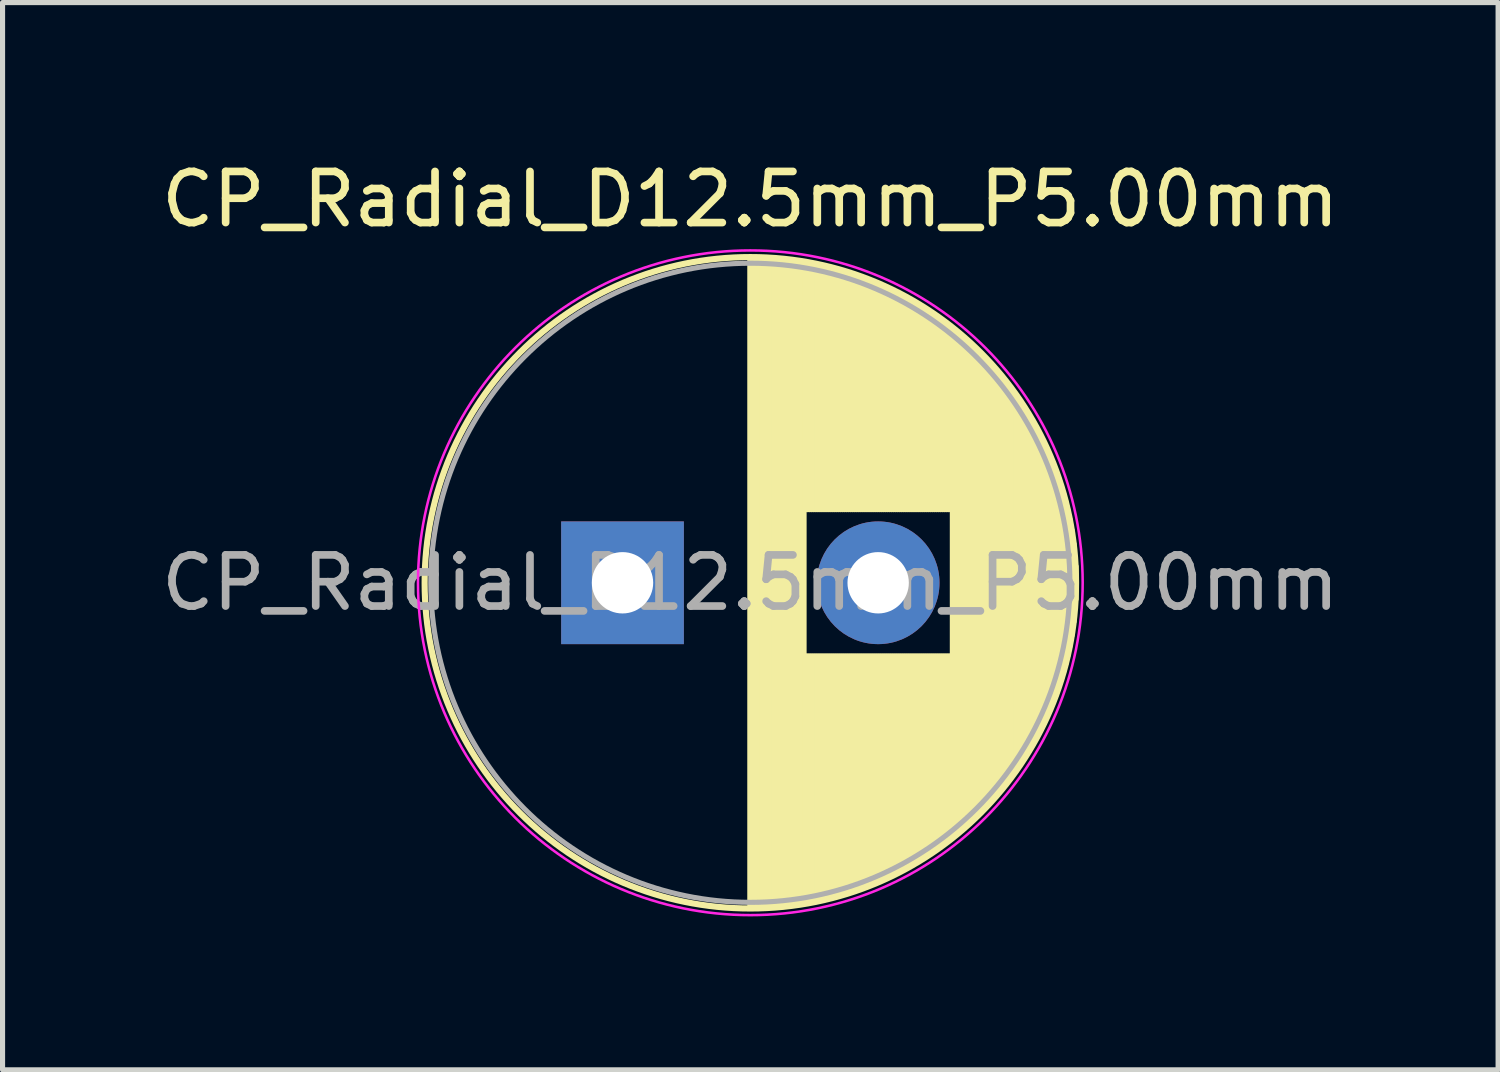
<source format=kicad_pcb>
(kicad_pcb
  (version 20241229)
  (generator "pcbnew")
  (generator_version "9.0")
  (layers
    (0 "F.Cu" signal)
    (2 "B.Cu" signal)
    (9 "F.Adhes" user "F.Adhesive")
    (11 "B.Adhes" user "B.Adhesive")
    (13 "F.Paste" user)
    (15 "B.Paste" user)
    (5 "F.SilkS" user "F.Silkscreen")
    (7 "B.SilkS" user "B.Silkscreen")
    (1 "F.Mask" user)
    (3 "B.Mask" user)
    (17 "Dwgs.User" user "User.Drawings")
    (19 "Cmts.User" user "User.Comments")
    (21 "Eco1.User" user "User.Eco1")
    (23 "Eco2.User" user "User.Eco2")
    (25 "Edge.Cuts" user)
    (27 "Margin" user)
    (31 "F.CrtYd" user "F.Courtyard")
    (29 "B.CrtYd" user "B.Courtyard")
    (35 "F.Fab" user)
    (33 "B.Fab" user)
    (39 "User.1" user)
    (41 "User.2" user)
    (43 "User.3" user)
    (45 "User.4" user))
  (footprint "CP_Radial_D12.5mm_P5.00mm"
    (layer "F.Cu")
    (at 9.125 8.348)
    (property "Reference" "CP_Radial_D12.5mm_P5.00mm" (at 2.5 -7.5 0) (layer "F.SilkS") (effects (font (size 1 1) (thickness 0.15))))
    (attr through_hole)
    (fp_line (start 2.5 -6.33) (end 2.5 6.33) (stroke (width 0.12) (type solid)) (layer "F.SilkS"))
    (fp_line (start 2.54 -6.33) (end 2.54 6.33) (stroke (width 0.12) (type solid)) (layer "F.SilkS"))
    (fp_line (start 2.58 -6.33) (end 2.58 6.33) (stroke (width 0.12) (type solid)) (layer "F.SilkS"))
    (fp_line (start 2.62 -6.329) (end 2.62 6.329) (stroke (width 0.12) (type solid)) (layer "F.SilkS"))
    (fp_line (start 2.66 -6.328) (end 2.66 6.328) (stroke (width 0.12) (type solid)) (layer "F.SilkS"))
    (fp_line (start 2.7 -6.327) (end 2.7 6.327) (stroke (width 0.12) (type solid)) (layer "F.SilkS"))
    (fp_line (start 2.74 -6.326) (end 2.74 6.326) (stroke (width 0.12) (type solid)) (layer "F.SilkS"))
    (fp_line (start 2.78 -6.324) (end 2.78 6.324) (stroke (width 0.12) (type solid)) (layer "F.SilkS"))
    (fp_line (start 2.82 -6.322) (end 2.82 6.322) (stroke (width 0.12) (type solid)) (layer "F.SilkS"))
    (fp_line (start 2.86 -6.32) (end 2.86 6.32) (stroke (width 0.12) (type solid)) (layer "F.SilkS"))
    (fp_line (start 2.9 -6.318) (end 2.9 6.318) (stroke (width 0.12) (type solid)) (layer "F.SilkS"))
    (fp_line (start 2.94 -6.315) (end 2.94 6.315) (stroke (width 0.12) (type solid)) (layer "F.SilkS"))
    (fp_line (start 2.98 -6.312) (end 2.98 6.312) (stroke (width 0.12) (type solid)) (layer "F.SilkS"))
    (fp_line (start 3.02 -6.309) (end 3.02 6.309) (stroke (width 0.12) (type solid)) (layer "F.SilkS"))
    (fp_line (start 3.06 -6.306) (end 3.06 6.306) (stroke (width 0.12) (type solid)) (layer "F.SilkS"))
    (fp_line (start 3.1 -6.302) (end 3.1 6.302) (stroke (width 0.12) (type solid)) (layer "F.SilkS"))
    (fp_line (start 3.14 -6.298) (end 3.14 6.298) (stroke (width 0.12) (type solid)) (layer "F.SilkS"))
    (fp_line (start 3.18 -6.294) (end 3.18 6.294) (stroke (width 0.12) (type solid)) (layer "F.SilkS"))
    (fp_line (start 3.221 -6.29) (end 3.221 6.29) (stroke (width 0.12) (type solid)) (layer "F.SilkS"))
    (fp_line (start 3.261 -6.285) (end 3.261 6.285) (stroke (width 0.12) (type solid)) (layer "F.SilkS"))
    (fp_line (start 3.301 -6.28) (end 3.301 6.28) (stroke (width 0.12) (type solid)) (layer "F.SilkS"))
    (fp_line (start 3.341 -6.275) (end 3.341 6.275) (stroke (width 0.12) (type solid)) (layer "F.SilkS"))
    (fp_line (start 3.381 -6.269) (end 3.381 6.269) (stroke (width 0.12) (type solid)) (layer "F.SilkS"))
    (fp_line (start 3.421 -6.264) (end 3.421 6.264) (stroke (width 0.12) (type solid)) (layer "F.SilkS"))
    (fp_line (start 3.461 -6.258) (end 3.461 6.258) (stroke (width 0.12) (type solid)) (layer "F.SilkS"))
    (fp_line (start 3.501 -6.252) (end 3.501 6.252) (stroke (width 0.12) (type solid)) (layer "F.SilkS"))
    (fp_line (start 3.541 -6.245) (end 3.541 6.245) (stroke (width 0.12) (type solid)) (layer "F.SilkS"))
    (fp_line (start 3.581 -6.238) (end 3.581 -1.44) (stroke (width 0.12) (type solid)) (layer "F.SilkS"))
    (fp_line (start 3.581 1.44) (end 3.581 6.238) (stroke (width 0.12) (type solid)) (layer "F.SilkS"))
    (fp_line (start 3.621 -6.231) (end 3.621 -1.44) (stroke (width 0.12) (type solid)) (layer "F.SilkS"))
    (fp_line (start 3.621 1.44) (end 3.621 6.231) (stroke (width 0.12) (type solid)) (layer "F.SilkS"))
    (fp_line (start 3.661 -6.224) (end 3.661 -1.44) (stroke (width 0.12) (type solid)) (layer "F.SilkS"))
    (fp_line (start 3.661 1.44) (end 3.661 6.224) (stroke (width 0.12) (type solid)) (layer "F.SilkS"))
    (fp_line (start 3.701 -6.216) (end 3.701 -1.44) (stroke (width 0.12) (type solid)) (layer "F.SilkS"))
    (fp_line (start 3.701 1.44) (end 3.701 6.216) (stroke (width 0.12) (type solid)) (layer "F.SilkS"))
    (fp_line (start 3.741 -6.209) (end 3.741 -1.44) (stroke (width 0.12) (type solid)) (layer "F.SilkS"))
    (fp_line (start 3.741 1.44) (end 3.741 6.209) (stroke (width 0.12) (type solid)) (layer "F.SilkS"))
    (fp_line (start 3.781 -6.201) (end 3.781 -1.44) (stroke (width 0.12) (type solid)) (layer "F.SilkS"))
    (fp_line (start 3.781 1.44) (end 3.781 6.201) (stroke (width 0.12) (type solid)) (layer "F.SilkS"))
    (fp_line (start 3.821 -6.192) (end 3.821 -1.44) (stroke (width 0.12) (type solid)) (layer "F.SilkS"))
    (fp_line (start 3.821 1.44) (end 3.821 6.192) (stroke (width 0.12) (type solid)) (layer "F.SilkS"))
    (fp_line (start 3.861 -6.184) (end 3.861 -1.44) (stroke (width 0.12) (type solid)) (layer "F.SilkS"))
    (fp_line (start 3.861 1.44) (end 3.861 6.184) (stroke (width 0.12) (type solid)) (layer "F.SilkS"))
    (fp_line (start 3.901 -6.175) (end 3.901 -1.44) (stroke (width 0.12) (type solid)) (layer "F.SilkS"))
    (fp_line (start 3.901 1.44) (end 3.901 6.175) (stroke (width 0.12) (type solid)) (layer "F.SilkS"))
    (fp_line (start 3.941 -6.166) (end 3.941 -1.44) (stroke (width 0.12) (type solid)) (layer "F.SilkS"))
    (fp_line (start 3.941 1.44) (end 3.941 6.166) (stroke (width 0.12) (type solid)) (layer "F.SilkS"))
    (fp_line (start 3.981 -6.156) (end 3.981 -1.44) (stroke (width 0.12) (type solid)) (layer "F.SilkS"))
    (fp_line (start 3.981 1.44) (end 3.981 6.156) (stroke (width 0.12) (type solid)) (layer "F.SilkS"))
    (fp_line (start 4.021 -6.146) (end 4.021 -1.44) (stroke (width 0.12) (type solid)) (layer "F.SilkS"))
    (fp_line (start 4.021 1.44) (end 4.021 6.146) (stroke (width 0.12) (type solid)) (layer "F.SilkS"))
    (fp_line (start 4.061 -6.137) (end 4.061 -1.44) (stroke (width 0.12) (type solid)) (layer "F.SilkS"))
    (fp_line (start 4.061 1.44) (end 4.061 6.137) (stroke (width 0.12) (type solid)) (layer "F.SilkS"))
    (fp_line (start 4.101 -6.126) (end 4.101 -1.44) (stroke (width 0.12) (type solid)) (layer "F.SilkS"))
    (fp_line (start 4.101 1.44) (end 4.101 6.126) (stroke (width 0.12) (type solid)) (layer "F.SilkS"))
    (fp_line (start 4.141 -6.116) (end 4.141 -1.44) (stroke (width 0.12) (type solid)) (layer "F.SilkS"))
    (fp_line (start 4.141 1.44) (end 4.141 6.116) (stroke (width 0.12) (type solid)) (layer "F.SilkS"))
    (fp_line (start 4.181 -6.105) (end 4.181 -1.44) (stroke (width 0.12) (type solid)) (layer "F.SilkS"))
    (fp_line (start 4.181 1.44) (end 4.181 6.105) (stroke (width 0.12) (type solid)) (layer "F.SilkS"))
    (fp_line (start 4.221 -6.094) (end 4.221 -1.44) (stroke (width 0.12) (type solid)) (layer "F.SilkS"))
    (fp_line (start 4.221 1.44) (end 4.221 6.094) (stroke (width 0.12) (type solid)) (layer "F.SilkS"))
    (fp_line (start 4.261 -6.083) (end 4.261 -1.44) (stroke (width 0.12) (type solid)) (layer "F.SilkS"))
    (fp_line (start 4.261 1.44) (end 4.261 6.083) (stroke (width 0.12) (type solid)) (layer "F.SilkS"))
    (fp_line (start 4.301 -6.071) (end 4.301 -1.44) (stroke (width 0.12) (type solid)) (layer "F.SilkS"))
    (fp_line (start 4.301 1.44) (end 4.301 6.071) (stroke (width 0.12) (type solid)) (layer "F.SilkS"))
    (fp_line (start 4.341 -6.059) (end 4.341 -1.44) (stroke (width 0.12) (type solid)) (layer "F.SilkS"))
    (fp_line (start 4.341 1.44) (end 4.341 6.059) (stroke (width 0.12) (type solid)) (layer "F.SilkS"))
    (fp_line (start 4.381 -6.047) (end 4.381 -1.44) (stroke (width 0.12) (type solid)) (layer "F.SilkS"))
    (fp_line (start 4.381 1.44) (end 4.381 6.047) (stroke (width 0.12) (type solid)) (layer "F.SilkS"))
    (fp_line (start 4.421 -6.034) (end 4.421 -1.44) (stroke (width 0.12) (type solid)) (layer "F.SilkS"))
    (fp_line (start 4.421 1.44) (end 4.421 6.034) (stroke (width 0.12) (type solid)) (layer "F.SilkS"))
    (fp_line (start 4.461 -6.021) (end 4.461 -1.44) (stroke (width 0.12) (type solid)) (layer "F.SilkS"))
    (fp_line (start 4.461 1.44) (end 4.461 6.021) (stroke (width 0.12) (type solid)) (layer "F.SilkS"))
    (fp_line (start 4.501 -6.008) (end 4.501 -1.44) (stroke (width 0.12) (type solid)) (layer "F.SilkS"))
    (fp_line (start 4.501 1.44) (end 4.501 6.008) (stroke (width 0.12) (type solid)) (layer "F.SilkS"))
    (fp_line (start 4.541 -5.995) (end 4.541 -1.44) (stroke (width 0.12) (type solid)) (layer "F.SilkS"))
    (fp_line (start 4.541 1.44) (end 4.541 5.995) (stroke (width 0.12) (type solid)) (layer "F.SilkS"))
    (fp_line (start 4.581 -5.981) (end 4.581 -1.44) (stroke (width 0.12) (type solid)) (layer "F.SilkS"))
    (fp_line (start 4.581 1.44) (end 4.581 5.981) (stroke (width 0.12) (type solid)) (layer "F.SilkS"))
    (fp_line (start 4.621 -5.967) (end 4.621 -1.44) (stroke (width 0.12) (type solid)) (layer "F.SilkS"))
    (fp_line (start 4.621 1.44) (end 4.621 5.967) (stroke (width 0.12) (type solid)) (layer "F.SilkS"))
    (fp_line (start 4.661 -5.953) (end 4.661 -1.44) (stroke (width 0.12) (type solid)) (layer "F.SilkS"))
    (fp_line (start 4.661 1.44) (end 4.661 5.953) (stroke (width 0.12) (type solid)) (layer "F.SilkS"))
    (fp_line (start 4.701 -5.939) (end 4.701 -1.44) (stroke (width 0.12) (type solid)) (layer "F.SilkS"))
    (fp_line (start 4.701 1.44) (end 4.701 5.939) (stroke (width 0.12) (type solid)) (layer "F.SilkS"))
    (fp_line (start 4.741 -5.924) (end 4.741 -1.44) (stroke (width 0.12) (type solid)) (layer "F.SilkS"))
    (fp_line (start 4.741 1.44) (end 4.741 5.924) (stroke (width 0.12) (type solid)) (layer "F.SilkS"))
    (fp_line (start 4.781 -5.908) (end 4.781 -1.44) (stroke (width 0.12) (type solid)) (layer "F.SilkS"))
    (fp_line (start 4.781 1.44) (end 4.781 5.908) (stroke (width 0.12) (type solid)) (layer "F.SilkS"))
    (fp_line (start 4.821 -5.893) (end 4.821 -1.44) (stroke (width 0.12) (type solid)) (layer "F.SilkS"))
    (fp_line (start 4.821 1.44) (end 4.821 5.893) (stroke (width 0.12) (type solid)) (layer "F.SilkS"))
    (fp_line (start 4.861 -5.877) (end 4.861 -1.44) (stroke (width 0.12) (type solid)) (layer "F.SilkS"))
    (fp_line (start 4.861 1.44) (end 4.861 5.877) (stroke (width 0.12) (type solid)) (layer "F.SilkS"))
    (fp_line (start 4.901 -5.861) (end 4.901 -1.44) (stroke (width 0.12) (type solid)) (layer "F.SilkS"))
    (fp_line (start 4.901 1.44) (end 4.901 5.861) (stroke (width 0.12) (type solid)) (layer "F.SilkS"))
    (fp_line (start 4.941 -5.845) (end 4.941 -1.44) (stroke (width 0.12) (type solid)) (layer "F.SilkS"))
    (fp_line (start 4.941 1.44) (end 4.941 5.845) (stroke (width 0.12) (type solid)) (layer "F.SilkS"))
    (fp_line (start 4.981 -5.828) (end 4.981 -1.44) (stroke (width 0.12) (type solid)) (layer "F.SilkS"))
    (fp_line (start 4.981 1.44) (end 4.981 5.828) (stroke (width 0.12) (type solid)) (layer "F.SilkS"))
    (fp_line (start 5.021 -5.811) (end 5.021 -1.44) (stroke (width 0.12) (type solid)) (layer "F.SilkS"))
    (fp_line (start 5.021 1.44) (end 5.021 5.811) (stroke (width 0.12) (type solid)) (layer "F.SilkS"))
    (fp_line (start 5.061 -5.793) (end 5.061 -1.44) (stroke (width 0.12) (type solid)) (layer "F.SilkS"))
    (fp_line (start 5.061 1.44) (end 5.061 5.793) (stroke (width 0.12) (type solid)) (layer "F.SilkS"))
    (fp_line (start 5.101 -5.776) (end 5.101 -1.44) (stroke (width 0.12) (type solid)) (layer "F.SilkS"))
    (fp_line (start 5.101 1.44) (end 5.101 5.776) (stroke (width 0.12) (type solid)) (layer "F.SilkS"))
    (fp_line (start 5.141 -5.758) (end 5.141 -1.44) (stroke (width 0.12) (type solid)) (layer "F.SilkS"))
    (fp_line (start 5.141 1.44) (end 5.141 5.758) (stroke (width 0.12) (type solid)) (layer "F.SilkS"))
    (fp_line (start 5.181 -5.739) (end 5.181 -1.44) (stroke (width 0.12) (type solid)) (layer "F.SilkS"))
    (fp_line (start 5.181 1.44) (end 5.181 5.739) (stroke (width 0.12) (type solid)) (layer "F.SilkS"))
    (fp_line (start 5.221 -5.721) (end 5.221 -1.44) (stroke (width 0.12) (type solid)) (layer "F.SilkS"))
    (fp_line (start 5.221 1.44) (end 5.221 5.721) (stroke (width 0.12) (type solid)) (layer "F.SilkS"))
    (fp_line (start 5.261 -5.702) (end 5.261 -1.44) (stroke (width 0.12) (type solid)) (layer "F.SilkS"))
    (fp_line (start 5.261 1.44) (end 5.261 5.702) (stroke (width 0.12) (type solid)) (layer "F.SilkS"))
    (fp_line (start 5.301 -5.682) (end 5.301 -1.44) (stroke (width 0.12) (type solid)) (layer "F.SilkS"))
    (fp_line (start 5.301 1.44) (end 5.301 5.682) (stroke (width 0.12) (type solid)) (layer "F.SilkS"))
    (fp_line (start 5.341 -5.662) (end 5.341 -1.44) (stroke (width 0.12) (type solid)) (layer "F.SilkS"))
    (fp_line (start 5.341 1.44) (end 5.341 5.662) (stroke (width 0.12) (type solid)) (layer "F.SilkS"))
    (fp_line (start 5.381 -5.642) (end 5.381 -1.44) (stroke (width 0.12) (type solid)) (layer "F.SilkS"))
    (fp_line (start 5.381 1.44) (end 5.381 5.642) (stroke (width 0.12) (type solid)) (layer "F.SilkS"))
    (fp_line (start 5.421 -5.622) (end 5.421 -1.44) (stroke (width 0.12) (type solid)) (layer "F.SilkS"))
    (fp_line (start 5.421 1.44) (end 5.421 5.622) (stroke (width 0.12) (type solid)) (layer "F.SilkS"))
    (fp_line (start 5.461 -5.601) (end 5.461 -1.44) (stroke (width 0.12) (type solid)) (layer "F.SilkS"))
    (fp_line (start 5.461 1.44) (end 5.461 5.601) (stroke (width 0.12) (type solid)) (layer "F.SilkS"))
    (fp_line (start 5.501 -5.58) (end 5.501 -1.44) (stroke (width 0.12) (type solid)) (layer "F.SilkS"))
    (fp_line (start 5.501 1.44) (end 5.501 5.58) (stroke (width 0.12) (type solid)) (layer "F.SilkS"))
    (fp_line (start 5.541 -5.558) (end 5.541 -1.44) (stroke (width 0.12) (type solid)) (layer "F.SilkS"))
    (fp_line (start 5.541 1.44) (end 5.541 5.558) (stroke (width 0.12) (type solid)) (layer "F.SilkS"))
    (fp_line (start 5.581 -5.536) (end 5.581 -1.44) (stroke (width 0.12) (type solid)) (layer "F.SilkS"))
    (fp_line (start 5.581 1.44) (end 5.581 5.536) (stroke (width 0.12) (type solid)) (layer "F.SilkS"))
    (fp_line (start 5.621 -5.514) (end 5.621 -1.44) (stroke (width 0.12) (type solid)) (layer "F.SilkS"))
    (fp_line (start 5.621 1.44) (end 5.621 5.514) (stroke (width 0.12) (type solid)) (layer "F.SilkS"))
    (fp_line (start 5.661 -5.491) (end 5.661 -1.44) (stroke (width 0.12) (type solid)) (layer "F.SilkS"))
    (fp_line (start 5.661 1.44) (end 5.661 5.491) (stroke (width 0.12) (type solid)) (layer "F.SilkS"))
    (fp_line (start 5.701 -5.468) (end 5.701 -1.44) (stroke (width 0.12) (type solid)) (layer "F.SilkS"))
    (fp_line (start 5.701 1.44) (end 5.701 5.468) (stroke (width 0.12) (type solid)) (layer "F.SilkS"))
    (fp_line (start 5.741 -5.445) (end 5.741 -1.44) (stroke (width 0.12) (type solid)) (layer "F.SilkS"))
    (fp_line (start 5.741 1.44) (end 5.741 5.445) (stroke (width 0.12) (type solid)) (layer "F.SilkS"))
    (fp_line (start 5.781 -5.421) (end 5.781 -1.44) (stroke (width 0.12) (type solid)) (layer "F.SilkS"))
    (fp_line (start 5.781 1.44) (end 5.781 5.421) (stroke (width 0.12) (type solid)) (layer "F.SilkS"))
    (fp_line (start 5.821 -5.397) (end 5.821 -1.44) (stroke (width 0.12) (type solid)) (layer "F.SilkS"))
    (fp_line (start 5.821 1.44) (end 5.821 5.397) (stroke (width 0.12) (type solid)) (layer "F.SilkS"))
    (fp_line (start 5.861 -5.372) (end 5.861 -1.44) (stroke (width 0.12) (type solid)) (layer "F.SilkS"))
    (fp_line (start 5.861 1.44) (end 5.861 5.372) (stroke (width 0.12) (type solid)) (layer "F.SilkS"))
    (fp_line (start 5.901 -5.347) (end 5.901 -1.44) (stroke (width 0.12) (type solid)) (layer "F.SilkS"))
    (fp_line (start 5.901 1.44) (end 5.901 5.347) (stroke (width 0.12) (type solid)) (layer "F.SilkS"))
    (fp_line (start 5.941 -5.322) (end 5.941 -1.44) (stroke (width 0.12) (type solid)) (layer "F.SilkS"))
    (fp_line (start 5.941 1.44) (end 5.941 5.322) (stroke (width 0.12) (type solid)) (layer "F.SilkS"))
    (fp_line (start 5.981 -5.296) (end 5.981 -1.44) (stroke (width 0.12) (type solid)) (layer "F.SilkS"))
    (fp_line (start 5.981 1.44) (end 5.981 5.296) (stroke (width 0.12) (type solid)) (layer "F.SilkS"))
    (fp_line (start 6.021 -5.27) (end 6.021 -1.44) (stroke (width 0.12) (type solid)) (layer "F.SilkS"))
    (fp_line (start 6.021 1.44) (end 6.021 5.27) (stroke (width 0.12) (type solid)) (layer "F.SilkS"))
    (fp_line (start 6.061 -5.243) (end 6.061 -1.44) (stroke (width 0.12) (type solid)) (layer "F.SilkS"))
    (fp_line (start 6.061 1.44) (end 6.061 5.243) (stroke (width 0.12) (type solid)) (layer "F.SilkS"))
    (fp_line (start 6.101 -5.216) (end 6.101 -1.44) (stroke (width 0.12) (type solid)) (layer "F.SilkS"))
    (fp_line (start 6.101 1.44) (end 6.101 5.216) (stroke (width 0.12) (type solid)) (layer "F.SilkS"))
    (fp_line (start 6.141 -5.188) (end 6.141 -1.44) (stroke (width 0.12) (type solid)) (layer "F.SilkS"))
    (fp_line (start 6.141 1.44) (end 6.141 5.188) (stroke (width 0.12) (type solid)) (layer "F.SilkS"))
    (fp_line (start 6.181 -5.16) (end 6.181 -1.44) (stroke (width 0.12) (type solid)) (layer "F.SilkS"))
    (fp_line (start 6.181 1.44) (end 6.181 5.16) (stroke (width 0.12) (type solid)) (layer "F.SilkS"))
    (fp_line (start 6.221 -5.131) (end 6.221 -1.44) (stroke (width 0.12) (type solid)) (layer "F.SilkS"))
    (fp_line (start 6.221 1.44) (end 6.221 5.131) (stroke (width 0.12) (type solid)) (layer "F.SilkS"))
    (fp_line (start 6.261 -5.102) (end 6.261 -1.44) (stroke (width 0.12) (type solid)) (layer "F.SilkS"))
    (fp_line (start 6.261 1.44) (end 6.261 5.102) (stroke (width 0.12) (type solid)) (layer "F.SilkS"))
    (fp_line (start 6.301 -5.073) (end 6.301 -1.44) (stroke (width 0.12) (type solid)) (layer "F.SilkS"))
    (fp_line (start 6.301 1.44) (end 6.301 5.073) (stroke (width 0.12) (type solid)) (layer "F.SilkS"))
    (fp_line (start 6.341 -5.043) (end 6.341 -1.44) (stroke (width 0.12) (type solid)) (layer "F.SilkS"))
    (fp_line (start 6.341 1.44) (end 6.341 5.043) (stroke (width 0.12) (type solid)) (layer "F.SilkS"))
    (fp_line (start 6.381 -5.012) (end 6.381 -1.44) (stroke (width 0.12) (type solid)) (layer "F.SilkS"))
    (fp_line (start 6.381 1.44) (end 6.381 5.012) (stroke (width 0.12) (type solid)) (layer "F.SilkS"))
    (fp_line (start 6.421 -4.982) (end 6.421 -1.44) (stroke (width 0.12) (type solid)) (layer "F.SilkS"))
    (fp_line (start 6.421 1.44) (end 6.421 4.982) (stroke (width 0.12) (type solid)) (layer "F.SilkS"))
    (fp_line (start 6.461 -4.95) (end 6.461 4.95) (stroke (width 0.12) (type solid)) (layer "F.SilkS"))
    (fp_line (start 6.501 -4.918) (end 6.501 4.918) (stroke (width 0.12) (type solid)) (layer "F.SilkS"))
    (fp_line (start 6.541 -4.885) (end 6.541 4.885) (stroke (width 0.12) (type solid)) (layer "F.SilkS"))
    (fp_line (start 6.581 -4.852) (end 6.581 4.852) (stroke (width 0.12) (type solid)) (layer "F.SilkS"))
    (fp_line (start 6.621 -4.819) (end 6.621 4.819) (stroke (width 0.12) (type solid)) (layer "F.SilkS"))
    (fp_line (start 6.661 -4.785) (end 6.661 4.785) (stroke (width 0.12) (type solid)) (layer "F.SilkS"))
    (fp_line (start 6.701 -4.75) (end 6.701 4.75) (stroke (width 0.12) (type solid)) (layer "F.SilkS"))
    (fp_line (start 6.741 -4.714) (end 6.741 4.714) (stroke (width 0.12) (type solid)) (layer "F.SilkS"))
    (fp_line (start 6.781 -4.678) (end 6.781 4.678) (stroke (width 0.12) (type solid)) (layer "F.SilkS"))
    (fp_line (start 6.821 -4.642) (end 6.821 4.642) (stroke (width 0.12) (type solid)) (layer "F.SilkS"))
    (fp_line (start 6.861 -4.605) (end 6.861 4.605) (stroke (width 0.12) (type solid)) (layer "F.SilkS"))
    (fp_line (start 6.901 -4.567) (end 6.901 4.567) (stroke (width 0.12) (type solid)) (layer "F.SilkS"))
    (fp_line (start 6.941 -4.528) (end 6.941 4.528) (stroke (width 0.12) (type solid)) (layer "F.SilkS"))
    (fp_line (start 6.981 -4.489) (end 6.981 4.489) (stroke (width 0.12) (type solid)) (layer "F.SilkS"))
    (fp_line (start 7.021 -4.449) (end 7.021 4.449) (stroke (width 0.12) (type solid)) (layer "F.SilkS"))
    (fp_line (start 7.061 -4.408) (end 7.061 4.408) (stroke (width 0.12) (type solid)) (layer "F.SilkS"))
    (fp_line (start 7.101 -4.367) (end 7.101 4.367) (stroke (width 0.12) (type solid)) (layer "F.SilkS"))
    (fp_line (start 7.141 -4.325) (end 7.141 4.325) (stroke (width 0.12) (type solid)) (layer "F.SilkS"))
    (fp_line (start 7.181 -4.282) (end 7.181 4.282) (stroke (width 0.12) (type solid)) (layer "F.SilkS"))
    (fp_line (start 7.221 -4.238) (end 7.221 4.238) (stroke (width 0.12) (type solid)) (layer "F.SilkS"))
    (fp_line (start 7.261 -4.194) (end 7.261 4.194) (stroke (width 0.12) (type solid)) (layer "F.SilkS"))
    (fp_line (start 7.301 -4.148) (end 7.301 4.148) (stroke (width 0.12) (type solid)) (layer "F.SilkS"))
    (fp_line (start 7.341 -4.102) (end 7.341 4.102) (stroke (width 0.12) (type solid)) (layer "F.SilkS"))
    (fp_line (start 7.381 -4.055) (end 7.381 4.055) (stroke (width 0.12) (type solid)) (layer "F.SilkS"))
    (fp_line (start 7.421 -4.007) (end 7.421 4.007) (stroke (width 0.12) (type solid)) (layer "F.SilkS"))
    (fp_line (start 7.461 -3.957) (end 7.461 3.957) (stroke (width 0.12) (type solid)) (layer "F.SilkS"))
    (fp_line (start 7.501 -3.907) (end 7.501 3.907) (stroke (width 0.12) (type solid)) (layer "F.SilkS"))
    (fp_line (start 7.541 -3.856) (end 7.541 3.856) (stroke (width 0.12) (type solid)) (layer "F.SilkS"))
    (fp_line (start 7.581 -3.804) (end 7.581 3.804) (stroke (width 0.12) (type solid)) (layer "F.SilkS"))
    (fp_line (start 7.621 -3.75) (end 7.621 3.75) (stroke (width 0.12) (type solid)) (layer "F.SilkS"))
    (fp_line (start 7.661 -3.696) (end 7.661 3.696) (stroke (width 0.12) (type solid)) (layer "F.SilkS"))
    (fp_line (start 7.701 -3.64) (end 7.701 3.64) (stroke (width 0.12) (type solid)) (layer "F.SilkS"))
    (fp_line (start 7.741 -3.583) (end 7.741 3.583) (stroke (width 0.12) (type solid)) (layer "F.SilkS"))
    (fp_line (start 7.781 -3.524) (end 7.781 3.524) (stroke (width 0.12) (type solid)) (layer "F.SilkS"))
    (fp_line (start 7.821 -3.464) (end 7.821 3.464) (stroke (width 0.12) (type solid)) (layer "F.SilkS"))
    (fp_line (start 7.861 -3.402) (end 7.861 3.402) (stroke (width 0.12) (type solid)) (layer "F.SilkS"))
    (fp_line (start 7.901 -3.339) (end 7.901 3.339) (stroke (width 0.12) (type solid)) (layer "F.SilkS"))
    (fp_line (start 7.941 -3.275) (end 7.941 3.275) (stroke (width 0.12) (type solid)) (layer "F.SilkS"))
    (fp_line (start 7.981 -3.208) (end 7.981 3.208) (stroke (width 0.12) (type solid)) (layer "F.SilkS"))
    (fp_line (start 8.021 -3.14) (end 8.021 3.14) (stroke (width 0.12) (type solid)) (layer "F.SilkS"))
    (fp_line (start 8.061 -3.069) (end 8.061 3.069) (stroke (width 0.12) (type solid)) (layer "F.SilkS"))
    (fp_line (start 8.101 -2.996) (end 8.101 2.996) (stroke (width 0.12) (type solid)) (layer "F.SilkS"))
    (fp_line (start 8.141 -2.921) (end 8.141 2.921) (stroke (width 0.12) (type solid)) (layer "F.SilkS"))
    (fp_line (start 8.181 -2.844) (end 8.181 2.844) (stroke (width 0.12) (type solid)) (layer "F.SilkS"))
    (fp_line (start 8.221 -2.764) (end 8.221 2.764) (stroke (width 0.12) (type solid)) (layer "F.SilkS"))
    (fp_line (start 8.261 -2.681) (end 8.261 2.681) (stroke (width 0.12) (type solid)) (layer "F.SilkS"))
    (fp_line (start 8.301 -2.594) (end 8.301 2.594) (stroke (width 0.12) (type solid)) (layer "F.SilkS"))
    (fp_line (start 8.341 -2.504) (end 8.341 2.504) (stroke (width 0.12) (type solid)) (layer "F.SilkS"))
    (fp_line (start 8.381 -2.41) (end 8.381 2.41) (stroke (width 0.12) (type solid)) (layer "F.SilkS"))
    (fp_line (start 8.421 -2.312) (end 8.421 2.312) (stroke (width 0.12) (type solid)) (layer "F.SilkS"))
    (fp_line (start 8.461 -2.209) (end 8.461 2.209) (stroke (width 0.12) (type solid)) (layer "F.SilkS"))
    (fp_line (start 8.501 -2.1) (end 8.501 2.1) (stroke (width 0.12) (type solid)) (layer "F.SilkS"))
    (fp_line (start 8.541 -1.984) (end 8.541 1.984) (stroke (width 0.12) (type solid)) (layer "F.SilkS"))
    (fp_line (start 8.581 -1.861) (end 8.581 1.861) (stroke (width 0.12) (type solid)) (layer "F.SilkS"))
    (fp_line (start 8.621 -1.728) (end 8.621 1.728) (stroke (width 0.12) (type solid)) (layer "F.SilkS"))
    (fp_line (start 8.661 -1.583) (end 8.661 1.583) (stroke (width 0.12) (type solid)) (layer "F.SilkS"))
    (fp_line (start 8.701 -1.422) (end 8.701 1.422) (stroke (width 0.12) (type solid)) (layer "F.SilkS"))
    (fp_line (start 8.741 -1.241) (end 8.741 1.241) (stroke (width 0.12) (type solid)) (layer "F.SilkS"))
    (fp_line (start 8.781 -1.028) (end 8.781 1.028) (stroke (width 0.12) (type solid)) (layer "F.SilkS"))
    (fp_line (start 8.821 -0.757) (end 8.821 0.757) (stroke (width 0.12) (type solid)) (layer "F.SilkS"))
    (fp_line (start 8.861 -0.317) (end 8.861 0.317) (stroke (width 0.12) (type solid)) (layer "F.SilkS"))
    (fp_circle (center 2.5 0) (end 8.87 0) (stroke (width 0.12) (type solid)) (fill no) (layer "F.SilkS"))
    (fp_circle (center 2.5 0) (end 9 0) (stroke (width 0.05) (type solid)) (fill no) (layer "F.CrtYd"))
    (fp_circle (center 2.5 0) (end 8.75 0) (stroke (width 0.1) (type solid)) (fill no) (layer "F.Fab"))
    (fp_text user "${REFERENCE}" (at 2.5 0 0) (layer "F.Fab") (effects (font (size 1 1) (thickness 0.15))))
    (pad "1" thru_hole rect (at 0 0) (size 2.4 2.4) (drill 1.2) (layers "*.Cu" "*.Mask"))
    (pad "2" thru_hole circle (at 5 0) (size 2.4 2.4) (drill 1.2) (layers "*.Cu" "*.Mask")))
  (gr_rect
    (start -3 -3)
    (end 26.25 17.873)
    (stroke (width 0.1) (type default))
    (fill no)
    (layer "Edge.Cuts")))
</source>
